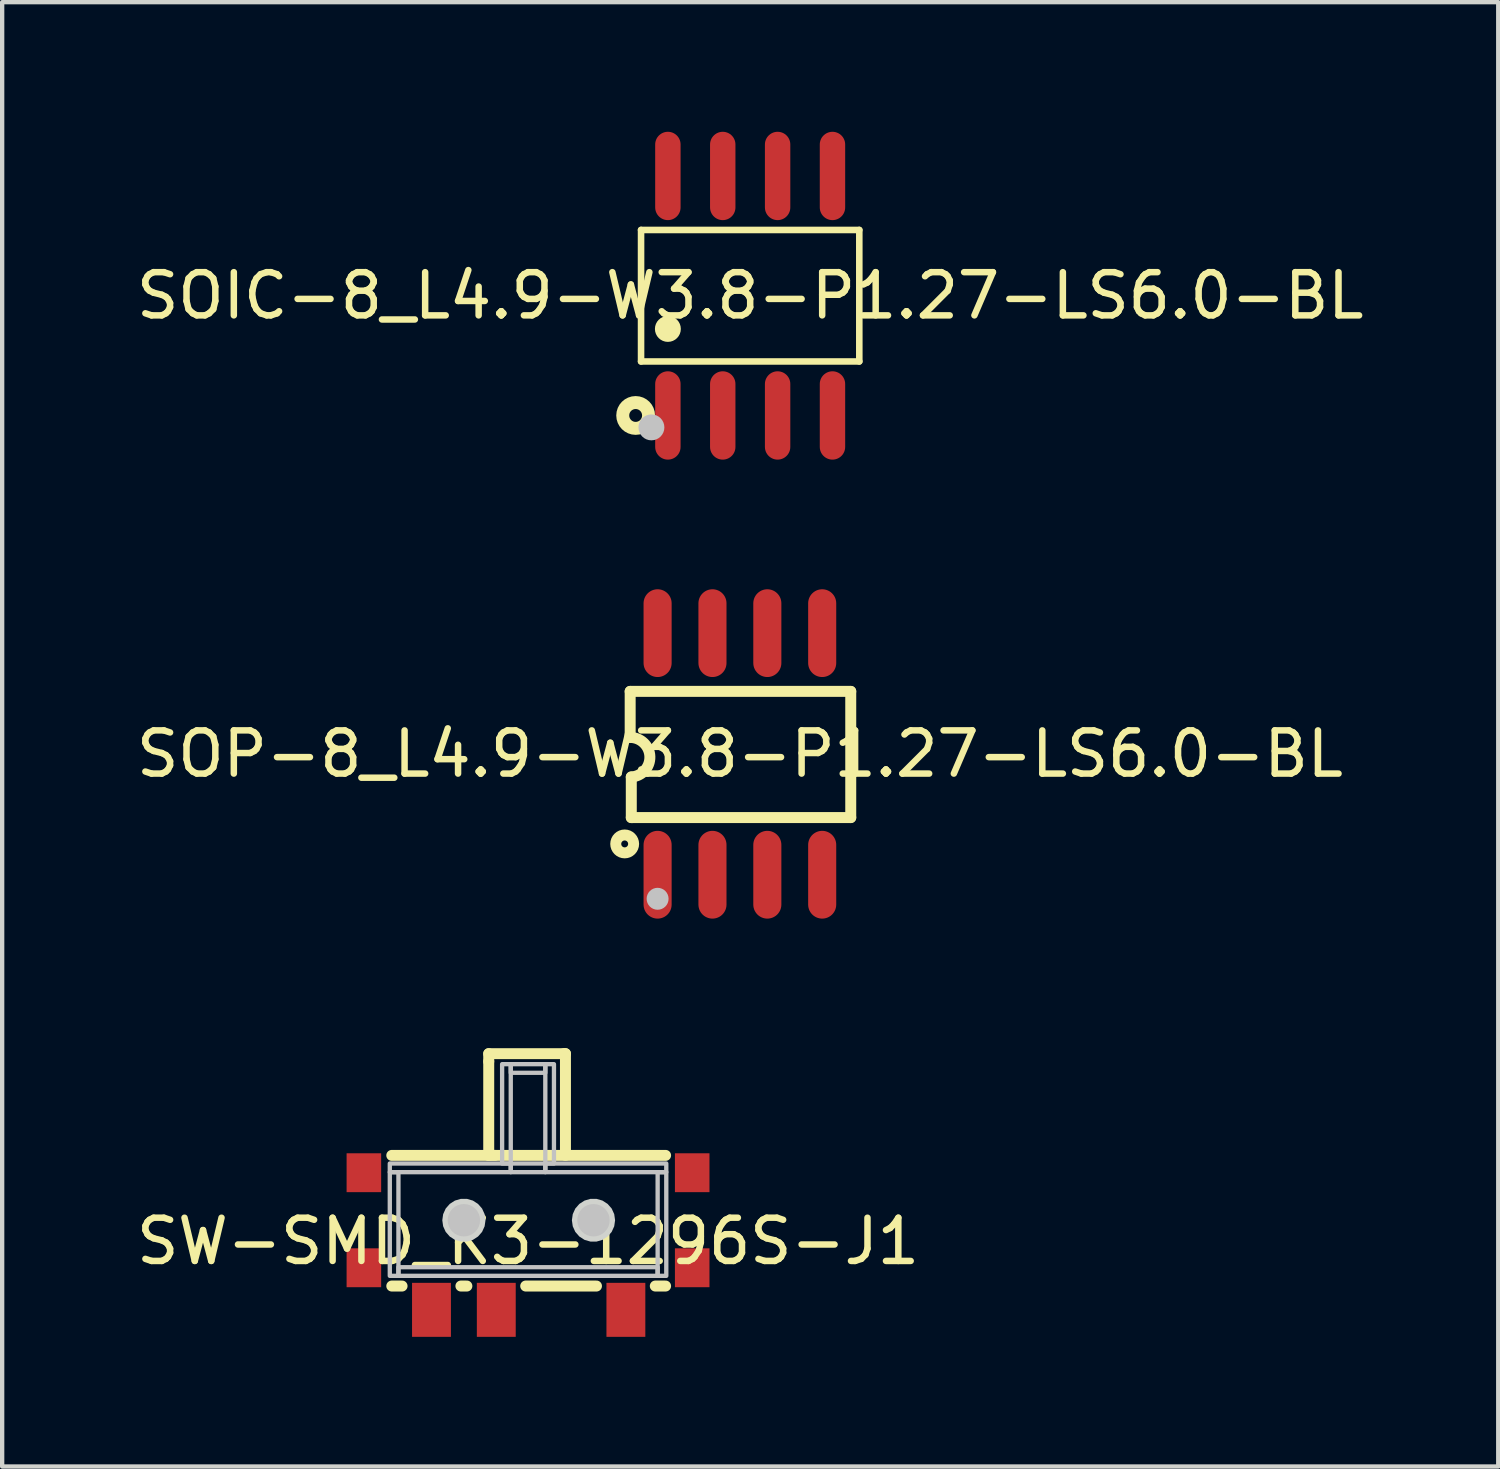
<source format=kicad_pcb>
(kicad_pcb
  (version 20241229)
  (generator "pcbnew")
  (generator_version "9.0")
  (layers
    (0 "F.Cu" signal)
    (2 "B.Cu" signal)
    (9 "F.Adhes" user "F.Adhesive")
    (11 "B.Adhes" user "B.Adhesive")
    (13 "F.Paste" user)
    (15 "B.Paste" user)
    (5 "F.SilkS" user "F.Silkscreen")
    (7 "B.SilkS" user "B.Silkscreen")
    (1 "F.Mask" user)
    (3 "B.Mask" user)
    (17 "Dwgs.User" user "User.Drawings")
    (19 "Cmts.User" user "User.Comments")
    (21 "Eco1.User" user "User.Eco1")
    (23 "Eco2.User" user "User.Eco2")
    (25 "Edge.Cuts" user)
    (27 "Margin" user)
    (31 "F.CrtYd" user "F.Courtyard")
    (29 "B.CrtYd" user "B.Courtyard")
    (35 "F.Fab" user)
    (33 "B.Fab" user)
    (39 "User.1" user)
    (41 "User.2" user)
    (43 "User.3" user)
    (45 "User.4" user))
  (footprint "SOP-8_L4.9-W3.8-P1.27-LS6.0-BL"
    (layer "F.Cu")
    (at 14.077 14.402)
    (property "Reference" "SOP-8_L4.9-W3.8-P1.27-LS6.0-BL" (at 0 0 0) (layer "F.SilkS") (effects (font (size 1 1) (thickness 0.15))))
    (fp_line (start -2.54 -1.448) (end 2.566 -1.448) (stroke (width 0.254) (type default)) (layer "F.SilkS"))
    (fp_line (start -2.54 -0.382) (end -2.54 -1.448) (stroke (width 0.254) (type default)) (layer "F.SilkS"))
    (fp_line (start -2.514 1.473) (end -2.514 0.533) (stroke (width 0.254) (type default)) (layer "F.SilkS"))
    (fp_line (start -2.489 1.473) (end -2.514 1.473) (stroke (width 0.254) (type default)) (layer "F.SilkS"))
    (fp_line (start 2.566 -1.448) (end 2.566 1.473) (stroke (width 0.254) (type default)) (layer "F.SilkS"))
    (fp_line (start 2.566 1.473) (end -2.489 1.473) (stroke (width 0.254) (type default)) (layer "F.SilkS"))
    (fp_arc (start -2.54 -0.382) (mid -2.082178 0.063237) (end -2.5145 0.533) (stroke (width 0.254) (type default)) (layer "F.SilkS"))
    (fp_circle (center -2.667 2.083) (end -2.587 2.083) (stroke (width 0.254) (type default)) (fill no) (layer "F.SilkS"))
    (fp_circle (center -1.905 3.353) (end -1.778 3.353) (stroke (width 0.254) (type default)) (fill no) (layer "Dwgs.User"))
    (fp_poly (pts (xy -2.095 -2.365) (xy -2.095 -3) (xy -1.715 -3) (xy -1.715 -2.365)) (stroke (width 0.1) (type default)) (fill no) (layer "User.1"))
    (fp_poly (pts (xy -2.095 -1.89) (xy -2.095 -2.375) (xy -1.715 -2.375) (xy -1.715 -1.89)) (stroke (width 0.1) (type default)) (fill no) (layer "User.1"))
    (fp_poly (pts (xy -2.095 2.375) (xy -2.095 1.89) (xy -1.715 1.89) (xy -1.715 2.375)) (stroke (width 0.1) (type default)) (fill no) (layer "User.1"))
    (fp_poly (pts (xy -2.095 3) (xy -2.095 2.365) (xy -1.715 2.365) (xy -1.715 3)) (stroke (width 0.1) (type default)) (fill no) (layer "User.1"))
    (fp_poly (pts (xy -0.825 -2.365) (xy -0.825 -3) (xy -0.445 -3) (xy -0.445 -2.365)) (stroke (width 0.1) (type default)) (fill no) (layer "User.1"))
    (fp_poly (pts (xy -0.825 -1.89) (xy -0.825 -2.375) (xy -0.445 -2.375) (xy -0.445 -1.89)) (stroke (width 0.1) (type default)) (fill no) (layer "User.1"))
    (fp_poly (pts (xy -0.825 2.375) (xy -0.825 1.89) (xy -0.445 1.89) (xy -0.445 2.375)) (stroke (width 0.1) (type default)) (fill no) (layer "User.1"))
    (fp_poly (pts (xy -0.825 3) (xy -0.825 2.365) (xy -0.445 2.365) (xy -0.445 3)) (stroke (width 0.1) (type default)) (fill no) (layer "User.1"))
    (fp_poly (pts (xy 0.445 -2.365) (xy 0.445 -3) (xy 0.825 -3) (xy 0.825 -2.365)) (stroke (width 0.1) (type default)) (fill no) (layer "User.1"))
    (fp_poly (pts (xy 0.445 -1.89) (xy 0.445 -2.375) (xy 0.825 -2.375) (xy 0.825 -1.89)) (stroke (width 0.1) (type default)) (fill no) (layer "User.1"))
    (fp_poly (pts (xy 0.445 2.375) (xy 0.445 1.89) (xy 0.825 1.89) (xy 0.825 2.375)) (stroke (width 0.1) (type default)) (fill no) (layer "User.1"))
    (fp_poly (pts (xy 0.445 3) (xy 0.445 2.365) (xy 0.825 2.365) (xy 0.825 3)) (stroke (width 0.1) (type default)) (fill no) (layer "User.1"))
    (fp_poly (pts (xy 1.715 -2.365) (xy 1.715 -3) (xy 2.095 -3) (xy 2.095 -2.365)) (stroke (width 0.1) (type default)) (fill no) (layer "User.1"))
    (fp_poly (pts (xy 1.715 -1.89) (xy 1.715 -2.375) (xy 2.095 -2.375) (xy 2.095 -1.89)) (stroke (width 0.1) (type default)) (fill no) (layer "User.1"))
    (fp_poly (pts (xy 1.715 2.375) (xy 1.715 1.89) (xy 2.095 1.89) (xy 2.095 2.375)) (stroke (width 0.1) (type default)) (fill no) (layer "User.1"))
    (fp_poly (pts (xy 1.715 3) (xy 1.715 2.365) (xy 2.095 2.365) (xy 2.095 3)) (stroke (width 0.1) (type default)) (fill no) (layer "User.1"))
    (fp_line (start -2.45 -1.9) (end 2.45 -1.9) (stroke (width 0.051) (type default)) (layer "User.2"))
    (fp_line (start -2.45 1.9) (end -2.45 -1.9) (stroke (width 0.051) (type default)) (layer "User.2"))
    (fp_line (start 2.45 -1.9) (end 2.45 1.9) (stroke (width 0.051) (type default)) (layer "User.2"))
    (fp_line (start 2.45 1.9) (end -2.45 1.9) (stroke (width 0.051) (type default)) (layer "User.2"))
    (fp_poly (pts (xy -2.35 3.076) (xy -2.369 3.017) (xy -2.419 2.981) (xy -2.481 2.981) (xy -2.531 3.017) (xy -2.55 3.076) (xy -2.531 3.135) (xy -2.481 3.171) (xy -2.419 3.171) (xy -2.369 3.135)) (stroke (width 0.1) (type default)) (fill no) (layer "User.3"))
    (pad "1" smd oval (at -1.905 2.796) (size 0.65 2.032) (layers "F.Cu" "F.Mask" "F.Paste"))
    (pad "2" smd oval (at -0.635 2.796) (size 0.65 2.032) (layers "F.Cu" "F.Mask" "F.Paste"))
    (pad "3" smd oval (at 0.635 2.796) (size 0.65 2.032) (layers "F.Cu" "F.Mask" "F.Paste"))
    (pad "4" smd oval (at 1.905 2.796) (size 0.65 2.032) (layers "F.Cu" "F.Mask" "F.Paste"))
    (pad "5" smd oval (at 1.905 -2.796) (size 0.65 2.032) (layers "F.Cu" "F.Mask" "F.Paste"))
    (pad "6" smd oval (at 0.635 -2.796) (size 0.65 2.032) (layers "F.Cu" "F.Mask" "F.Paste"))
    (pad "7" smd oval (at -0.635 -2.796) (size 0.65 2.032) (layers "F.Cu" "F.Mask" "F.Paste"))
    (pad "8" smd oval (at -1.905 -2.796) (size 0.65 2.032) (layers "F.Cu" "F.Mask" "F.Paste")))
  (footprint "SOIC-8_L4.9-W3.8-P1.27-LS6.0-BL"
    (layer "F.Cu")
    (at 14.315 3.795)
    (property "Reference" "SOIC-8_L4.9-W3.8-P1.27-LS6.0-BL" (at 0 0 0) (layer "F.SilkS") (effects (font (size 1 1) (thickness 0.15))))
    (fp_line (start -2.526 -1.522) (end 2.526 -1.522) (stroke (width 0.152) (type default)) (layer "F.SilkS"))
    (fp_line (start -2.526 1.522) (end -2.526 -1.522) (stroke (width 0.152) (type default)) (layer "F.SilkS"))
    (fp_line (start 2.526 -1.522) (end 2.526 1.522) (stroke (width 0.152) (type default)) (layer "F.SilkS"))
    (fp_line (start 2.526 1.522) (end -2.526 1.522) (stroke (width 0.152) (type default)) (layer "F.SilkS"))
    (fp_circle (center -2.651 2.772) (end -2.502 2.772) (stroke (width 0.3) (type default)) (fill no) (layer "F.SilkS"))
    (fp_circle (center -1.905 0.769) (end -1.755 0.769) (stroke (width 0.3) (type default)) (fill no) (layer "F.SilkS"))
    (fp_circle (center -2.286 3.048) (end -2.136 3.048) (stroke (width 0.3) (type default)) (fill no) (layer "Dwgs.User"))
    (fp_poly (pts (xy -2.115 -3) (xy -2.115 -2.165) (xy -1.695 -2.165) (xy -1.695 -3)) (stroke (width 0.1) (type default)) (fill no) (layer "User.1"))
    (fp_poly (pts (xy -2.115 -2.175) (xy -2.115 -1.94) (xy -1.695 -1.94) (xy -1.695 -2.175)) (stroke (width 0.1) (type default)) (fill no) (layer "User.1"))
    (fp_poly (pts (xy -2.115 2.175) (xy -2.115 1.94) (xy -1.695 1.94) (xy -1.695 2.175)) (stroke (width 0.1) (type default)) (fill no) (layer "User.1"))
    (fp_poly (pts (xy -2.115 3) (xy -2.115 2.165) (xy -1.695 2.165) (xy -1.695 3)) (stroke (width 0.1) (type default)) (fill no) (layer "User.1"))
    (fp_poly (pts (xy -0.845 -3) (xy -0.845 -2.165) (xy -0.425 -2.165) (xy -0.425 -3)) (stroke (width 0.1) (type default)) (fill no) (layer "User.1"))
    (fp_poly (pts (xy -0.845 -2.175) (xy -0.845 -1.94) (xy -0.425 -1.94) (xy -0.425 -2.175)) (stroke (width 0.1) (type default)) (fill no) (layer "User.1"))
    (fp_poly (pts (xy -0.845 2.175) (xy -0.845 1.94) (xy -0.425 1.94) (xy -0.425 2.175)) (stroke (width 0.1) (type default)) (fill no) (layer "User.1"))
    (fp_poly (pts (xy -0.845 3) (xy -0.845 2.165) (xy -0.425 2.165) (xy -0.425 3)) (stroke (width 0.1) (type default)) (fill no) (layer "User.1"))
    (fp_poly (pts (xy 0.425 -3) (xy 0.425 -2.165) (xy 0.845 -2.165) (xy 0.845 -3)) (stroke (width 0.1) (type default)) (fill no) (layer "User.1"))
    (fp_poly (pts (xy 0.425 -2.175) (xy 0.425 -1.94) (xy 0.845 -1.94) (xy 0.845 -2.175)) (stroke (width 0.1) (type default)) (fill no) (layer "User.1"))
    (fp_poly (pts (xy 0.425 2.175) (xy 0.425 1.94) (xy 0.845 1.94) (xy 0.845 2.175)) (stroke (width 0.1) (type default)) (fill no) (layer "User.1"))
    (fp_poly (pts (xy 0.425 3) (xy 0.425 2.165) (xy 0.845 2.165) (xy 0.845 3)) (stroke (width 0.1) (type default)) (fill no) (layer "User.1"))
    (fp_poly (pts (xy 1.695 -3) (xy 1.695 -2.165) (xy 2.115 -2.165) (xy 2.115 -3)) (stroke (width 0.1) (type default)) (fill no) (layer "User.1"))
    (fp_poly (pts (xy 1.695 -2.175) (xy 1.695 -1.94) (xy 2.115 -1.94) (xy 2.115 -2.175)) (stroke (width 0.1) (type default)) (fill no) (layer "User.1"))
    (fp_poly (pts (xy 1.695 2.175) (xy 1.695 1.94) (xy 2.115 1.94) (xy 2.115 2.175)) (stroke (width 0.1) (type default)) (fill no) (layer "User.1"))
    (fp_poly (pts (xy 1.695 3) (xy 1.695 2.165) (xy 2.115 2.165) (xy 2.115 3)) (stroke (width 0.1) (type default)) (fill no) (layer "User.1"))
    (fp_line (start -2.45 -1.95) (end 2.45 -1.95) (stroke (width 0.051) (type default)) (layer "User.2"))
    (fp_line (start -2.45 1.95) (end -2.45 -1.95) (stroke (width 0.051) (type default)) (layer "User.2"))
    (fp_line (start 2.45 -1.95) (end 2.45 1.95) (stroke (width 0.051) (type default)) (layer "User.2"))
    (fp_line (start 2.45 1.95) (end -2.45 1.95) (stroke (width 0.051) (type default)) (layer "User.2"))
    (fp_poly (pts (xy -2.39 3) (xy -2.408 2.958) (xy -2.45 2.94) (xy -2.492 2.958) (xy -2.51 3) (xy -2.492 3.042) (xy -2.45 3.06) (xy -2.408 3.042)) (stroke (width 0.1) (type default)) (fill no) (layer "User.3"))
    (pad "1" smd oval (at -1.905 2.772) (size 0.588 2.045) (layers "F.Cu" "F.Mask" "F.Paste"))
    (pad "2" smd oval (at -0.635 2.772) (size 0.588 2.045) (layers "F.Cu" "F.Mask" "F.Paste"))
    (pad "3" smd oval (at 0.635 2.772) (size 0.588 2.045) (layers "F.Cu" "F.Mask" "F.Paste"))
    (pad "4" smd oval (at 1.905 2.772) (size 0.588 2.045) (layers "F.Cu" "F.Mask" "F.Paste"))
    (pad "5" smd oval (at 1.905 -2.772) (size 0.588 2.045) (layers "F.Cu" "F.Mask" "F.Paste"))
    (pad "6" smd oval (at 0.635 -2.772) (size 0.588 2.045) (layers "F.Cu" "F.Mask" "F.Paste"))
    (pad "7" smd oval (at -0.635 -2.772) (size 0.588 2.045) (layers "F.Cu" "F.Mask" "F.Paste"))
    (pad "8" smd oval (at -1.905 -2.772) (size 0.588 2.045) (layers "F.Cu" "F.Mask" "F.Paste")))
  (footprint "SW-SMD_K3-1296S-J1"
    (layer "F.Cu")
    (at 9.173 25.683)
    (property "Reference" "SW-SMD_K3-1296S-J1" (at 0 0 0) (layer "F.SilkS") (effects (font (size 1 1) (thickness 0.15))))
    (fp_line (start -3.154 -1.988) (end 3.184 -1.988) (stroke (width 0.254) (type default)) (layer "F.SilkS"))
    (fp_line (start -3.154 1.036) (end -2.916 1.036) (stroke (width 0.254) (type default)) (layer "F.SilkS"))
    (fp_line (start -1.554 1.036) (end -1.416 1.036) (stroke (width 0.254) (type default)) (layer "F.SilkS"))
    (fp_line (start -0.91 -4.343) (end 0.83 -4.343) (stroke (width 0.254) (type default)) (layer "F.SilkS"))
    (fp_line (start -0.91 -4.162) (end -0.91 -4.343) (stroke (width 0.254) (type default)) (layer "F.SilkS"))
    (fp_line (start -0.91 -1.988) (end -0.91 -4.162) (stroke (width 0.254) (type default)) (layer "F.SilkS"))
    (fp_line (start -0.767 -1.988) (end -0.91 -1.988) (stroke (width 0.254) (type default)) (layer "F.SilkS"))
    (fp_line (start -0.054 1.036) (end 1.584 1.036) (stroke (width 0.254) (type default)) (layer "F.SilkS"))
    (fp_line (start 0.83 -4.343) (end 0.866 -4.343) (stroke (width 0.254) (type default)) (layer "F.SilkS"))
    (fp_line (start 0.866 -4.343) (end 0.866 -1.988) (stroke (width 0.254) (type default)) (layer "F.SilkS"))
    (fp_line (start 2.946 1.036) (end 3.184 1.036) (stroke (width 0.254) (type default)) (layer "F.SilkS"))
    (fp_circle (center -1.485 -0.487) (end -1.297 -0.487) (stroke (width 0.375) (type default)) (fill no) (layer "Dwgs.User"))
    (fp_circle (center 1.515 -0.487) (end 1.703 -0.487) (stroke (width 0.375) (type default)) (fill no) (layer "Dwgs.User"))
    (fp_poly (pts (xy -3.2 -1.6) (xy -3.2 0.8) (xy -3 0.8) (xy -3 -1.6)) (stroke (width 0.1) (type default)) (fill no) (layer "Dwgs.User"))
    (fp_poly (pts (xy -0.6 -4.1) (xy -0.6 -1.8) (xy -0.4 -1.8) (xy -0.4 -4.1)) (stroke (width 0.1) (type default)) (fill no) (layer "Dwgs.User"))
    (fp_poly (pts (xy -0.4 -1.8) (xy -3.2 -1.8) (xy -3.2 -1.6) (xy -0.4 -1.6)) (stroke (width 0.1) (type default)) (fill no) (layer "Dwgs.User"))
    (fp_poly (pts (xy -0.4 -1.6) (xy 0.4 -1.6) (xy 0.4 -1.8) (xy -0.4 -1.8)) (stroke (width 0.1) (type default)) (fill no) (layer "Dwgs.User"))
    (fp_poly (pts (xy 0.4 -4.1) (xy -0.4 -4.1) (xy -0.4 -3.9) (xy 0.4 -3.9)) (stroke (width 0.1) (type default)) (fill no) (layer "Dwgs.User"))
    (fp_poly (pts (xy 0.4 -1.8) (xy 0.4 -1.6) (xy 3.2 -1.6) (xy 3.2 -1.8)) (stroke (width 0.1) (type default)) (fill no) (layer "Dwgs.User"))
    (fp_poly (pts (xy 0.6 -4.1) (xy 0.6 -1.8) (xy 0.4 -1.8) (xy 0.4 -4.1)) (stroke (width 0.1) (type default)) (fill no) (layer "Dwgs.User"))
    (fp_poly (pts (xy 3 0.8) (xy -3 0.8) (xy -3 0.6) (xy 3 0.6)) (stroke (width 0.1) (type default)) (fill no) (layer "Dwgs.User"))
    (fp_poly (pts (xy 3.2 -1.6) (xy 3.2 0.8) (xy 3 0.8) (xy 3 -1.6)) (stroke (width 0.1) (type default)) (fill no) (layer "Dwgs.User"))
    (fp_poly (pts (xy -0.985 -0.487) (xy -1.005 -0.628) (xy -1.064 -0.758) (xy -1.158 -0.865) (xy -1.277 -0.942) (xy -1.414 -0.982) (xy -1.556 -0.982) (xy -1.693 -0.942) (xy -1.812 -0.865) (xy -1.906 -0.758) (xy -1.965 -0.628) (xy -1.985 -0.487) (xy -1.965 -0.347) (xy -1.906 -0.217) (xy -1.812 -0.11) (xy -1.693 -0.033) (xy -1.556 0.007) (xy -1.414 0.007) (xy -1.277 -0.033) (xy -1.158 -0.11) (xy -1.064 -0.217) (xy -1.005 -0.347)) (stroke (width 0) (type default)) (fill yes) (layer "Edge.Cuts"))
    (fp_poly (pts (xy 2.015 -0.487) (xy 1.995 -0.628) (xy 1.936 -0.758) (xy 1.842 -0.865) (xy 1.723 -0.942) (xy 1.586 -0.982) (xy 1.444 -0.982) (xy 1.307 -0.942) (xy 1.188 -0.865) (xy 1.094 -0.758) (xy 1.035 -0.628) (xy 1.015 -0.487) (xy 1.035 -0.347) (xy 1.094 -0.217) (xy 1.188 -0.11) (xy 1.307 -0.033) (xy 1.444 0.007) (xy 1.586 0.007) (xy 1.723 -0.033) (xy 1.842 -0.11) (xy 1.936 -0.217) (xy 1.995 -0.347)) (stroke (width 0) (type default)) (fill yes) (layer "Edge.Cuts"))
    (fp_poly (pts (xy -3.9 -1.387) (xy -3.9 -1.788) (xy -3.2 -1.788) (xy -3.2 -1.387)) (stroke (width 0.1) (type default)) (fill no) (layer "User.1"))
    (fp_poly (pts (xy -3.9 0.813) (xy -3.9 0.413) (xy -3.2 0.413) (xy -3.2 0.813)) (stroke (width 0.1) (type default)) (fill no) (layer "User.1"))
    (fp_poly (pts (xy -2.435 0.818) (xy -2.035 0.818) (xy -2.035 1.867) (xy -2.435 1.867)) (stroke (width 0.1) (type default)) (fill no) (layer "User.1"))
    (fp_poly (pts (xy -0.935 0.818) (xy -0.535 0.818) (xy -0.535 1.867) (xy -0.935 1.867)) (stroke (width 0.1) (type default)) (fill no) (layer "User.1"))
    (fp_poly (pts (xy 2.065 0.818) (xy 2.465 0.818) (xy 2.465 1.867) (xy 2.065 1.867)) (stroke (width 0.1) (type default)) (fill no) (layer "User.1"))
    (fp_poly (pts (xy 3.2 -1.387) (xy 3.2 -1.788) (xy 3.9 -1.788) (xy 3.9 -1.387)) (stroke (width 0.1) (type default)) (fill no) (layer "User.1"))
    (fp_poly (pts (xy 3.2 0.812) (xy 3.2 0.412) (xy 3.9 0.412) (xy 3.9 0.812)) (stroke (width 0.1) (type default)) (fill no) (layer "User.1"))
    (fp_line (start -3.32 -1.843) (end -3.32 0.868) (stroke (width 0.051) (type default)) (layer "User.2"))
    (fp_line (start -3.32 0.868) (end 3.29 0.868) (stroke (width 0.051) (type default)) (layer "User.2"))
    (fp_line (start -3.31 -1.843) (end -3.32 -1.843) (stroke (width 0.051) (type default)) (layer "User.2"))
    (fp_line (start -0.69 -1.843) (end -3.31 -1.843) (stroke (width 0.051) (type default)) (layer "User.2"))
    (fp_line (start -0.65 -4.112) (end -0.65 -4.103) (stroke (width 0.051) (type default)) (layer "User.2"))
    (fp_line (start -0.65 -4.103) (end -0.65 -1.843) (stroke (width 0.051) (type default)) (layer "User.2"))
    (fp_line (start -0.65 -1.843) (end -0.69 -1.843) (stroke (width 0.051) (type default)) (layer "User.2"))
    (fp_line (start 0.65 -1.853) (end 0.66 -1.853) (stroke (width 0.051) (type default)) (layer "User.2"))
    (fp_line (start 0.65 -1.843) (end 0.65 -1.853) (stroke (width 0.051) (type default)) (layer "User.2"))
    (fp_line (start 0.66 -4.122) (end -0.65 -4.112) (stroke (width 0.051) (type default)) (layer "User.2"))
    (fp_line (start 0.66 -1.853) (end 0.66 -4.122) (stroke (width 0.051) (type default)) (layer "User.2"))
    (fp_line (start 3.29 0.868) (end 3.3 0.868) (stroke (width 0.051) (type default)) (layer "User.2"))
    (fp_line (start 3.3 -1.843) (end 0.65 -1.843) (stroke (width 0.051) (type default)) (layer "User.2"))
    (fp_line (start 3.3 0.868) (end 3.3 -1.843) (stroke (width 0.051) (type default)) (layer "User.2"))
    (fp_poly (pts (xy -3.84 1.867) (xy -3.858 1.825) (xy -3.9 1.808) (xy -3.942 1.825) (xy -3.96 1.867) (xy -3.942 1.91) (xy -3.9 1.927) (xy -3.858 1.91)) (stroke (width 0.1) (type default)) (fill no) (layer "User.3"))
    (pad "1" smd rect (at -2.235 1.587) (size 0.9 1.25) (layers "F.Cu" "F.Mask" "F.Paste"))
    (pad "2" smd rect (at -0.735 1.587) (size 0.9 1.25) (layers "F.Cu" "F.Mask" "F.Paste"))
    (pad "3" smd rect (at 2.265 1.587) (size 0.9 1.25) (layers "F.Cu" "F.Mask" "F.Paste"))
    (pad "4" smd rect (at 3.8 0.613) (size 0.8 0.9) (layers "F.Cu" "F.Mask" "F.Paste"))
    (pad "5" smd rect (at 3.8 -1.587) (size 0.8 0.9) (layers "F.Cu" "F.Mask" "F.Paste"))
    (pad "6" smd rect (at -3.8 -1.587) (size 0.8 0.9) (layers "F.Cu" "F.Mask" "F.Paste"))
    (pad "7" smd rect (at -3.8 0.613) (size 0.8 0.9) (layers "F.Cu" "F.Mask" "F.Paste")))
  (gr_rect
    (start -3 -3)
    (end 31.631 30.896)
    (stroke (width 0.1) (type default))
    (fill no)
    (layer "Edge.Cuts")))
</source>
